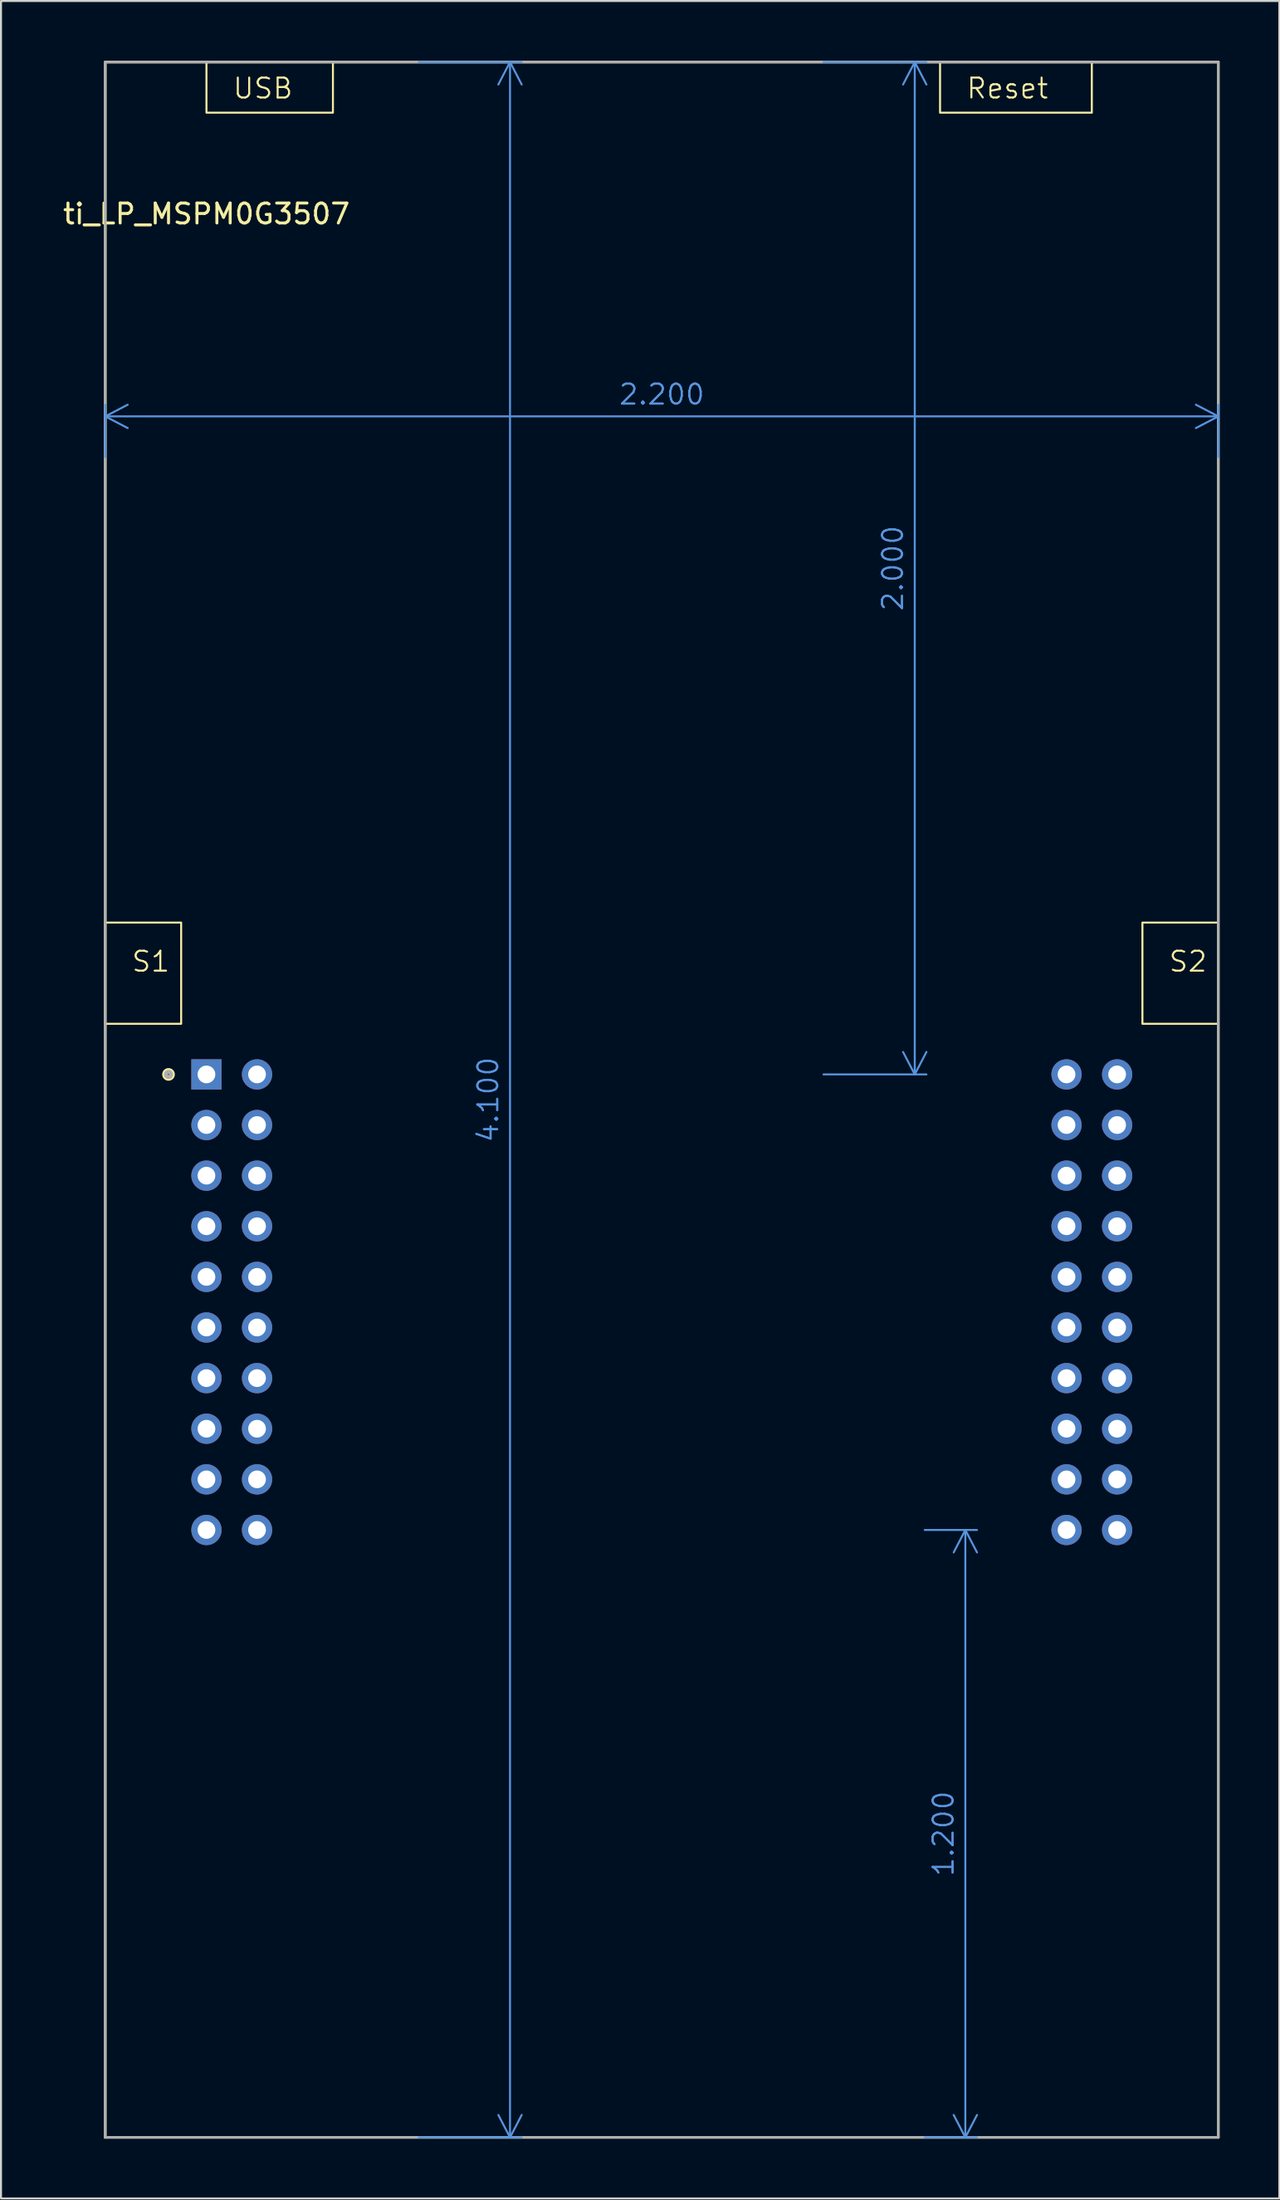
<source format=kicad_pcb>
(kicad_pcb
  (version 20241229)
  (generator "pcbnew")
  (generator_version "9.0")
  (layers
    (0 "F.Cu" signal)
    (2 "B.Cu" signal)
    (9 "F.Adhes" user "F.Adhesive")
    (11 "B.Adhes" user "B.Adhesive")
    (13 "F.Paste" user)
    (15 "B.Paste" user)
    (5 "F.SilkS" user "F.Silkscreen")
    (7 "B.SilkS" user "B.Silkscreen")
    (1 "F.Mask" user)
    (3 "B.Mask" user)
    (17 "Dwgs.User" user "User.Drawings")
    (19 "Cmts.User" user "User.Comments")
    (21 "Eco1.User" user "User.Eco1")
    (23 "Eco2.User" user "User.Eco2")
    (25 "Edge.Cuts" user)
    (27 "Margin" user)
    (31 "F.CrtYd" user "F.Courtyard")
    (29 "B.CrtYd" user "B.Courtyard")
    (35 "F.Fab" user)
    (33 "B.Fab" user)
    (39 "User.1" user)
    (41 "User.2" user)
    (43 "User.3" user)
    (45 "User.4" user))
  (footprint "ti_LP_MSPM0G3507"
    (layer "F.Cu")
    (at 30.175 53.404)
    (property "Reference" "ti_LP_MSPM0G3507" (at -22.86 -45.72 0) (layer "F.SilkS") (effects (font (size 1 1) (thickness 0.15))))
    (attr through_hole)
    (fp_line (start -27.94 -53.34) (end -27.94 50.8) (stroke (width 0.127) (type solid)) (layer "F.SilkS"))
    (fp_line (start -27.94 50.8) (end 27.94 50.8) (stroke (width 0.127) (type solid)) (layer "F.SilkS"))
    (fp_line (start 27.94 -53.34) (end -27.94 -53.34) (stroke (width 0.127) (type solid)) (layer "F.SilkS"))
    (fp_line (start 27.94 50.8) (end 27.94 -53.34) (stroke (width 0.127) (type solid)) (layer "F.SilkS"))
    (fp_rect (start -27.94 -10.16) (end -24.13 -5.08) (stroke (width 0.1) (type default)) (fill no) (layer "F.SilkS"))
    (fp_rect (start -22.86 -53.34) (end -16.51 -50.8) (stroke (width 0.1) (type default)) (fill no) (layer "F.SilkS"))
    (fp_rect (start 13.97 -53.34) (end 21.59 -50.8) (stroke (width 0.1) (type default)) (fill no) (layer "F.SilkS"))
    (fp_rect (start 24.13 -10.16) (end 27.94 -5.08) (stroke (width 0.1) (type default)) (fill no) (layer "F.SilkS"))
    (fp_circle (center -24.765 -2.54) (end -24.562 -2.54) (stroke (width 0.229) (type solid)) (fill no) (layer "F.SilkS"))
    (fp_line (start -27.94 -53.34) (end -27.94 50.8) (stroke (width 0.127) (type solid)) (layer "F.Fab"))
    (fp_line (start -27.94 50.8) (end 27.94 50.8) (stroke (width 0.127) (type solid)) (layer "F.Fab"))
    (fp_line (start 27.94 -53.34) (end -27.94 -53.34) (stroke (width 0.127) (type solid)) (layer "F.Fab"))
    (fp_line (start 27.94 50.8) (end 27.94 -53.34) (stroke (width 0.127) (type solid)) (layer "F.Fab"))
    (fp_circle (center -24.765 -2.54) (end -24.638 -2.54) (stroke (width 0.203) (type solid)) (fill no) (layer "F.Fab"))
    (fp_text user "USB" (at -21.59 -51.435 0) (unlocked yes) (layer "F.SilkS") (effects (font (size 1 1) (thickness 0.1)) (justify left bottom)))
    (fp_text user "S2" (at 25.4 -7.62 0) (unlocked yes) (layer "F.SilkS") (effects (font (size 1 1) (thickness 0.1)) (justify left bottom)))
    (fp_text user "Reset" (at 15.24 -51.435 0) (unlocked yes) (layer "F.SilkS") (effects (font (size 1 1) (thickness 0.1)) (justify left bottom)))
    (fp_text user "S1" (at -26.67 -7.62 0) (unlocked yes) (layer "F.SilkS") (effects (font (size 1 1) (thickness 0.1)) (justify left bottom)))
    (dimension (type aligned) (layer "Cmts.User") (pts (xy 2.235 20.384) (xy 58.115 20.384)) (height -2.54) (format (prefix "") (suffix "") (units 0) (units_format 0) (precision 3)) (style (thickness 0.1) (arrow_length 1.27) (text_position_mode 0) (arrow_direction outward) (extension_height 0.586) (extension_offset 0.5) (keep_text_aligned yes)) (gr_text "2.200" (at 30.175 16.744 0) (layer "Cmts.User") (effects (font (size 1 1) (thickness 0.1)))))
    (dimension (type aligned) (layer "Cmts.User") (pts (xy 42.875 73.724) (xy 42.875 104.204)) (height -2.54) (format (prefix "") (suffix "") (units 0) (units_format 0) (precision 3)) (style (thickness 0.1) (arrow_length 1.27) (text_position_mode 0) (arrow_direction outward) (extension_height 0.586) (extension_offset 0.5) (keep_text_aligned yes)) (gr_text "1.200" (at 44.315 88.963 90) (layer "Cmts.User") (effects (font (size 1 1) (thickness 0.1)))))
    (dimension (type aligned) (layer "Cmts.User") (pts (xy 37.795 50.864) (xy 37.795 0.064)) (height 5.08) (format (prefix "") (suffix "") (units 0) (units_format 0) (precision 3)) (style (thickness 0.1) (arrow_length 1.27) (text_position_mode 0) (arrow_direction outward) (extension_height 0.586) (extension_offset 0.5) (keep_text_aligned yes)) (gr_text "2.000" (at 41.775 25.463 90) (layer "Cmts.User") (effects (font (size 1 1) (thickness 0.1)))))
    (dimension (type aligned) (layer "Cmts.User") (pts (xy 17.475 0.064) (xy 17.475 104.204)) (height -5.08) (format (prefix "") (suffix "") (units 0) (units_format 0) (precision 3)) (style (thickness 0.1) (arrow_length 1.27) (text_position_mode 0) (arrow_direction outward) (extension_height 0.586) (extension_offset 0.5) (keep_text_aligned yes)) (gr_text "4.100" (at 21.455 52.133 90) (layer "Cmts.User") (effects (font (size 1 1) (thickness 0.1)))))
    (pad "J1_1" thru_hole rect (at -22.86 -2.54) (size 1.52 1.52) (drill 0.89) (layers "*.Cu" "*.Mask"))
    (pad "J1_2" thru_hole circle (at -22.86 0) (size 1.52 1.52) (drill 0.89) (layers "*.Cu" "*.Mask"))
    (pad "J1_3" thru_hole circle (at -22.86 2.54) (size 1.52 1.52) (drill 0.89) (layers "*.Cu" "*.Mask"))
    (pad "J1_4" thru_hole circle (at -22.86 5.08) (size 1.52 1.52) (drill 0.89) (layers "*.Cu" "*.Mask"))
    (pad "J1_5" thru_hole circle (at -22.86 7.62) (size 1.52 1.52) (drill 0.89) (layers "*.Cu" "*.Mask"))
    (pad "J1_6" thru_hole circle (at -22.86 10.16) (size 1.52 1.52) (drill 0.89) (layers "*.Cu" "*.Mask"))
    (pad "J1_7" thru_hole circle (at -22.86 12.7) (size 1.52 1.52) (drill 0.89) (layers "*.Cu" "*.Mask"))
    (pad "J1_8" thru_hole circle (at -22.86 15.24) (size 1.52 1.52) (drill 0.89) (layers "*.Cu" "*.Mask"))
    (pad "J1_9" thru_hole circle (at -22.86 17.78) (size 1.52 1.52) (drill 0.89) (layers "*.Cu" "*.Mask"))
    (pad "J1_10" thru_hole circle (at -22.86 20.32) (size 1.52 1.52) (drill 0.89) (layers "*.Cu" "*.Mask"))
    (pad "J2_1" thru_hole circle (at 22.86 -2.54) (size 1.52 1.52) (drill 0.89) (layers "*.Cu" "*.Mask"))
    (pad "J2_2" thru_hole circle (at 22.86 0) (size 1.52 1.52) (drill 0.89) (layers "*.Cu" "*.Mask"))
    (pad "J2_3" thru_hole circle (at 22.86 2.54) (size 1.52 1.52) (drill 0.89) (layers "*.Cu" "*.Mask"))
    (pad "J2_4" thru_hole circle (at 22.86 5.08) (size 1.52 1.52) (drill 0.89) (layers "*.Cu" "*.Mask"))
    (pad "J2_5" thru_hole circle (at 22.86 7.62) (size 1.52 1.52) (drill 0.89) (layers "*.Cu" "*.Mask"))
    (pad "J2_6" thru_hole circle (at 22.86 10.16) (size 1.52 1.52) (drill 0.89) (layers "*.Cu" "*.Mask"))
    (pad "J2_7" thru_hole circle (at 22.86 12.7) (size 1.52 1.52) (drill 0.89) (layers "*.Cu" "*.Mask"))
    (pad "J2_8" thru_hole circle (at 22.86 15.24) (size 1.52 1.52) (drill 0.89) (layers "*.Cu" "*.Mask"))
    (pad "J2_9" thru_hole circle (at 22.86 17.78) (size 1.52 1.52) (drill 0.89) (layers "*.Cu" "*.Mask"))
    (pad "J2_10" thru_hole circle (at 22.86 20.32) (size 1.52 1.52) (drill 0.89) (layers "*.Cu" "*.Mask"))
    (pad "J3_1" thru_hole circle (at -20.32 -2.54) (size 1.52 1.52) (drill 0.89) (layers "*.Cu" "*.Mask"))
    (pad "J3_2" thru_hole circle (at -20.32 0) (size 1.52 1.52) (drill 0.89) (layers "*.Cu" "*.Mask"))
    (pad "J3_3" thru_hole circle (at -20.32 2.54) (size 1.52 1.52) (drill 0.89) (layers "*.Cu" "*.Mask"))
    (pad "J3_4" thru_hole circle (at -20.32 5.08) (size 1.52 1.52) (drill 0.89) (layers "*.Cu" "*.Mask"))
    (pad "J3_5" thru_hole circle (at -20.32 7.62) (size 1.52 1.52) (drill 0.89) (layers "*.Cu" "*.Mask"))
    (pad "J3_6" thru_hole circle (at -20.32 10.16) (size 1.52 1.52) (drill 0.89) (layers "*.Cu" "*.Mask"))
    (pad "J3_7" thru_hole circle (at -20.32 12.7) (size 1.52 1.52) (drill 0.89) (layers "*.Cu" "*.Mask"))
    (pad "J3_8" thru_hole circle (at -20.32 15.24) (size 1.52 1.52) (drill 0.89) (layers "*.Cu" "*.Mask"))
    (pad "J3_9" thru_hole circle (at -20.32 17.78) (size 1.52 1.52) (drill 0.89) (layers "*.Cu" "*.Mask"))
    (pad "J3_10" thru_hole circle (at -20.32 20.32) (size 1.52 1.52) (drill 0.89) (layers "*.Cu" "*.Mask"))
    (pad "J4_1" thru_hole circle (at 20.32 -2.54) (size 1.52 1.52) (drill 0.89) (layers "*.Cu" "*.Mask"))
    (pad "J4_2" thru_hole circle (at 20.32 0) (size 1.52 1.52) (drill 0.89) (layers "*.Cu" "*.Mask"))
    (pad "J4_3" thru_hole circle (at 20.32 2.54) (size 1.52 1.52) (drill 0.89) (layers "*.Cu" "*.Mask"))
    (pad "J4_4" thru_hole circle (at 20.32 5.08) (size 1.52 1.52) (drill 0.89) (layers "*.Cu" "*.Mask"))
    (pad "J4_5" thru_hole circle (at 20.32 7.62) (size 1.52 1.52) (drill 0.89) (layers "*.Cu" "*.Mask"))
    (pad "J4_6" thru_hole circle (at 20.32 10.16) (size 1.52 1.52) (drill 0.89) (layers "*.Cu" "*.Mask"))
    (pad "J4_7" thru_hole circle (at 20.32 12.7) (size 1.52 1.52) (drill 0.89) (layers "*.Cu" "*.Mask"))
    (pad "J4_8" thru_hole circle (at 20.32 15.24) (size 1.52 1.52) (drill 0.89) (layers "*.Cu" "*.Mask"))
    (pad "J4_9" thru_hole circle (at 20.32 17.78) (size 1.52 1.52) (drill 0.89) (layers "*.Cu" "*.Mask"))
    (pad "J4_10" thru_hole circle (at 20.32 20.32) (size 1.52 1.52) (drill 0.89) (layers "*.Cu" "*.Mask")))
  (gr_rect
    (start -3 -3)
    (end 61.179 107.267)
    (stroke (width 0.1) (type default))
    (fill no)
    (layer "Edge.Cuts")))
</source>
